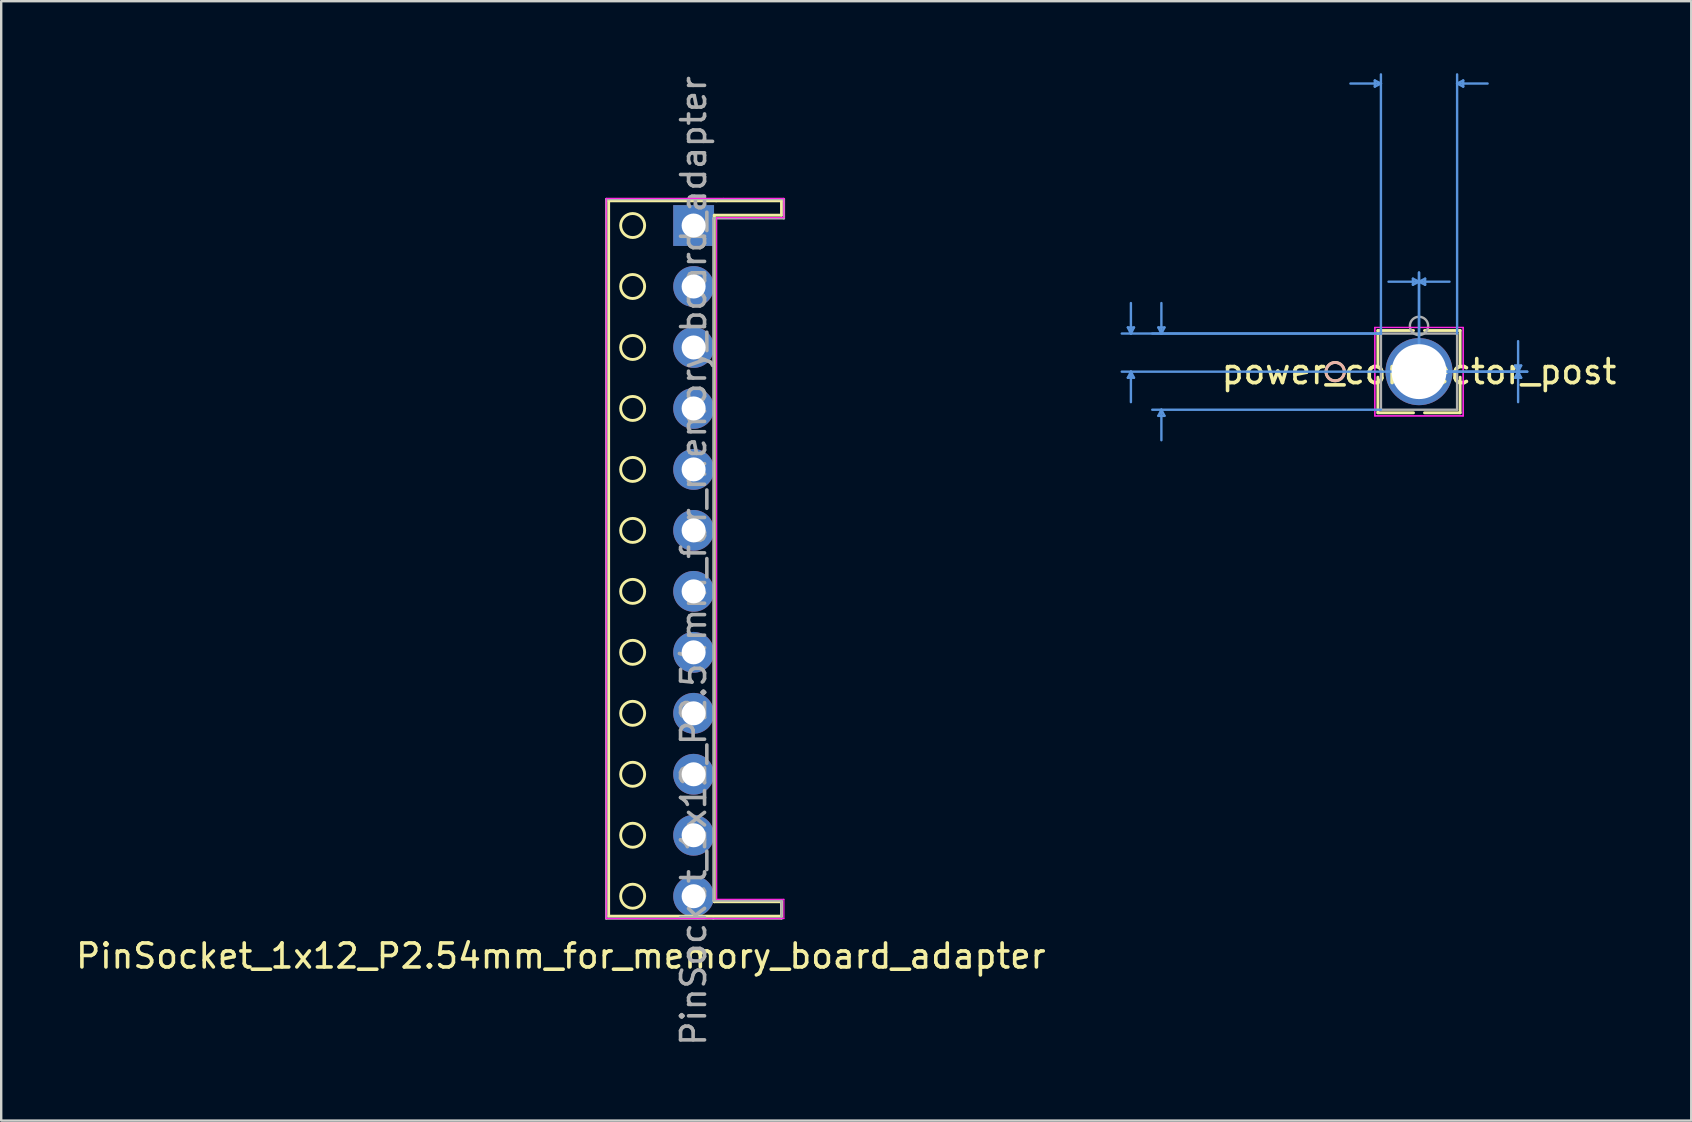
<source format=kicad_pcb>
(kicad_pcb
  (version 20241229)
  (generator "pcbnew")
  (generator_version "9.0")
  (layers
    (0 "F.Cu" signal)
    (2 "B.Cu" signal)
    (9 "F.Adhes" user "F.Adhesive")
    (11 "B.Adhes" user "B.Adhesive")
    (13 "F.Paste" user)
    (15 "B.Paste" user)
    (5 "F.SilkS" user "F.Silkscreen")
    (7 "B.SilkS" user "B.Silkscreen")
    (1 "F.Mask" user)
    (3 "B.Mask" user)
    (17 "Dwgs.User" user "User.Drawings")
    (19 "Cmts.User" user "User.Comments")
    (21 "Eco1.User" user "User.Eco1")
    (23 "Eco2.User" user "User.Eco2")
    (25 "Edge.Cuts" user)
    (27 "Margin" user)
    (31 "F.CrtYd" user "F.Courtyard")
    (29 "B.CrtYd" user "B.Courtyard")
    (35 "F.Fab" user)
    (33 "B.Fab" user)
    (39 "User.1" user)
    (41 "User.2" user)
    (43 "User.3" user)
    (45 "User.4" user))
  (footprint "power_connector_post"
    (layer "F.Cu")
    (at 56.063 12.432)
    (property "Reference" "power_connector_post" (at 0 0 0) (layer "F.SilkS") (effects (font (size 1 1) (thickness 0.15))))
    (attr through_hole)
    (fp_line (start -1.714 -1.714) (end -1.714 -0.229) (stroke (width 0.12) (type solid)) (layer "F.SilkS"))
    (fp_line (start -1.714 0.229) (end -1.714 1.714) (stroke (width 0.12) (type solid)) (layer "F.SilkS"))
    (fp_line (start -1.714 1.714) (end -0.229 1.714) (stroke (width 0.12) (type solid)) (layer "F.SilkS"))
    (fp_line (start -0.229 -1.714) (end -1.714 -1.714) (stroke (width 0.12) (type solid)) (layer "F.SilkS"))
    (fp_line (start 0.229 1.714) (end 1.714 1.714) (stroke (width 0.12) (type solid)) (layer "F.SilkS"))
    (fp_line (start 1.714 -1.714) (end 0.229 -1.714) (stroke (width 0.12) (type solid)) (layer "F.SilkS"))
    (fp_line (start 1.714 -0.229) (end 1.714 -1.714) (stroke (width 0.12) (type solid)) (layer "F.SilkS"))
    (fp_line (start 1.714 1.714) (end 1.714 0.229) (stroke (width 0.12) (type solid)) (layer "F.SilkS"))
    (fp_circle (center -3.493 0) (end -3.111 0) (stroke (width 0.12) (type solid)) (fill no) (layer "F.SilkS"))
    (fp_circle (center -3.493 0) (end -3.111 0) (stroke (width 0.12) (type solid)) (fill no) (layer "B.SilkS"))
    (fp_line (start -12.129 -1.841) (end -11.874 -1.841) (stroke (width 0.1) (type solid)) (layer "Cmts.User"))
    (fp_line (start -12.129 0.254) (end -11.874 0.254) (stroke (width 0.1) (type solid)) (layer "Cmts.User"))
    (fp_line (start -12.002 -1.587) (end -12.129 -1.841) (stroke (width 0.1) (type solid)) (layer "Cmts.User"))
    (fp_line (start -12.002 -1.587) (end -12.002 -2.857) (stroke (width 0.1) (type solid)) (layer "Cmts.User"))
    (fp_line (start -12.002 -1.587) (end -11.874 -1.841) (stroke (width 0.1) (type solid)) (layer "Cmts.User"))
    (fp_line (start -12.002 0) (end -12.129 0.254) (stroke (width 0.1) (type solid)) (layer "Cmts.User"))
    (fp_line (start -12.002 0) (end -12.002 1.27) (stroke (width 0.1) (type solid)) (layer "Cmts.User"))
    (fp_line (start -12.002 0) (end -11.874 0.254) (stroke (width 0.1) (type solid)) (layer "Cmts.User"))
    (fp_line (start -10.858 -1.841) (end -10.604 -1.841) (stroke (width 0.1) (type solid)) (layer "Cmts.User"))
    (fp_line (start -10.858 1.841) (end -10.604 1.841) (stroke (width 0.1) (type solid)) (layer "Cmts.User"))
    (fp_line (start -10.732 -1.587) (end -10.858 -1.841) (stroke (width 0.1) (type solid)) (layer "Cmts.User"))
    (fp_line (start -10.732 -1.587) (end -10.732 -2.857) (stroke (width 0.1) (type solid)) (layer "Cmts.User"))
    (fp_line (start -10.732 -1.587) (end -10.604 -1.841) (stroke (width 0.1) (type solid)) (layer "Cmts.User"))
    (fp_line (start -10.732 1.587) (end -10.858 1.841) (stroke (width 0.1) (type solid)) (layer "Cmts.User"))
    (fp_line (start -10.732 1.587) (end -10.732 2.857) (stroke (width 0.1) (type solid)) (layer "Cmts.User"))
    (fp_line (start -10.732 1.587) (end -10.604 1.841) (stroke (width 0.1) (type solid)) (layer "Cmts.User"))
    (fp_line (start -1.841 -12.129) (end -1.841 -11.874) (stroke (width 0.1) (type solid)) (layer "Cmts.User"))
    (fp_line (start -1.587 -12.002) (end -2.857 -12.002) (stroke (width 0.1) (type solid)) (layer "Cmts.User"))
    (fp_line (start -1.587 -12.002) (end -1.841 -12.129) (stroke (width 0.1) (type solid)) (layer "Cmts.User"))
    (fp_line (start -1.587 -12.002) (end -1.841 -11.874) (stroke (width 0.1) (type solid)) (layer "Cmts.User"))
    (fp_line (start -1.587 -1.587) (end -12.383 -1.587) (stroke (width 0.1) (type solid)) (layer "Cmts.User"))
    (fp_line (start -1.587 -1.587) (end -11.113 -1.587) (stroke (width 0.1) (type solid)) (layer "Cmts.User"))
    (fp_line (start -1.587 -1.587) (end -1.587 -12.383) (stroke (width 0.1) (type solid)) (layer "Cmts.User"))
    (fp_line (start -1.587 1.587) (end -11.113 1.587) (stroke (width 0.1) (type solid)) (layer "Cmts.User"))
    (fp_line (start -0.254 -3.873) (end -0.254 -3.619) (stroke (width 0.1) (type solid)) (layer "Cmts.User"))
    (fp_line (start 0 -3.747) (end -1.27 -3.747) (stroke (width 0.1) (type solid)) (layer "Cmts.User"))
    (fp_line (start 0 -3.747) (end -0.254 -3.873) (stroke (width 0.1) (type solid)) (layer "Cmts.User"))
    (fp_line (start 0 -3.747) (end -0.254 -3.619) (stroke (width 0.1) (type solid)) (layer "Cmts.User"))
    (fp_line (start 0 -3.747) (end 0.254 -3.873) (stroke (width 0.1) (type solid)) (layer "Cmts.User"))
    (fp_line (start 0 -3.747) (end 0.254 -3.619) (stroke (width 0.1) (type solid)) (layer "Cmts.User"))
    (fp_line (start 0 -3.747) (end 1.27 -3.747) (stroke (width 0.1) (type solid)) (layer "Cmts.User"))
    (fp_line (start 0 0) (end -12.383 0) (stroke (width 0.1) (type solid)) (layer "Cmts.User"))
    (fp_line (start 0 0) (end 0 -4.128) (stroke (width 0.1) (type solid)) (layer "Cmts.User"))
    (fp_line (start 0 0) (end 0 -4.128) (stroke (width 0.1) (type solid)) (layer "Cmts.User"))
    (fp_line (start 0 0) (end 4.508 0) (stroke (width 0.1) (type solid)) (layer "Cmts.User"))
    (fp_line (start 0 0) (end 4.508 0) (stroke (width 0.1) (type solid)) (layer "Cmts.User"))
    (fp_line (start 0.254 -3.873) (end 0.254 -3.619) (stroke (width 0.1) (type solid)) (layer "Cmts.User"))
    (fp_line (start 1.587 -12.002) (end 1.841 -12.129) (stroke (width 0.1) (type solid)) (layer "Cmts.User"))
    (fp_line (start 1.587 -12.002) (end 1.841 -11.874) (stroke (width 0.1) (type solid)) (layer "Cmts.User"))
    (fp_line (start 1.587 -12.002) (end 2.857 -12.002) (stroke (width 0.1) (type solid)) (layer "Cmts.User"))
    (fp_line (start 1.587 -1.587) (end 1.587 -12.383) (stroke (width 0.1) (type solid)) (layer "Cmts.User"))
    (fp_line (start 1.841 -12.129) (end 1.841 -11.874) (stroke (width 0.1) (type solid)) (layer "Cmts.User"))
    (fp_line (start 4 -0.254) (end 4.255 -0.254) (stroke (width 0.1) (type solid)) (layer "Cmts.User"))
    (fp_line (start 4 0.254) (end 4.255 0.254) (stroke (width 0.1) (type solid)) (layer "Cmts.User"))
    (fp_line (start 4.128 0) (end 4 -0.254) (stroke (width 0.1) (type solid)) (layer "Cmts.User"))
    (fp_line (start 4.128 0) (end 4 0.254) (stroke (width 0.1) (type solid)) (layer "Cmts.User"))
    (fp_line (start 4.128 0) (end 4.128 -1.27) (stroke (width 0.1) (type solid)) (layer "Cmts.User"))
    (fp_line (start 4.128 0) (end 4.128 1.27) (stroke (width 0.1) (type solid)) (layer "Cmts.User"))
    (fp_line (start 4.128 0) (end 4.255 -0.254) (stroke (width 0.1) (type solid)) (layer "Cmts.User"))
    (fp_line (start 4.128 0) (end 4.255 0.254) (stroke (width 0.1) (type solid)) (layer "Cmts.User"))
    (fp_line (start -1.841 -1.841) (end -1.841 1.841) (stroke (width 0.05) (type solid)) (layer "F.CrtYd"))
    (fp_line (start -1.841 -1.841) (end -1.841 1.841) (stroke (width 0.05) (type solid)) (layer "F.CrtYd"))
    (fp_line (start -1.841 1.841) (end 1.841 1.841) (stroke (width 0.05) (type solid)) (layer "F.CrtYd"))
    (fp_line (start -1.841 1.841) (end 1.841 1.841) (stroke (width 0.05) (type solid)) (layer "F.CrtYd"))
    (fp_line (start 1.841 -1.841) (end -1.841 -1.841) (stroke (width 0.05) (type solid)) (layer "F.CrtYd"))
    (fp_line (start 1.841 -1.841) (end -1.841 -1.841) (stroke (width 0.05) (type solid)) (layer "F.CrtYd"))
    (fp_line (start 1.841 1.841) (end 1.841 -1.841) (stroke (width 0.05) (type solid)) (layer "F.CrtYd"))
    (fp_line (start 1.841 1.841) (end 1.841 -1.841) (stroke (width 0.05) (type solid)) (layer "F.CrtYd"))
    (fp_line (start -1.587 -1.587) (end -1.587 1.587) (stroke (width 0.1) (type solid)) (layer "F.Fab"))
    (fp_line (start -1.587 1.587) (end 1.587 1.587) (stroke (width 0.1) (type solid)) (layer "F.Fab"))
    (fp_line (start 1.587 -1.587) (end -1.587 -1.587) (stroke (width 0.1) (type solid)) (layer "F.Fab"))
    (fp_line (start 1.587 1.587) (end 1.587 -1.587) (stroke (width 0.1) (type solid)) (layer "F.Fab"))
    (fp_circle (center 0 -1.905) (end 0.381 -1.905) (stroke (width 0.1) (type solid)) (fill no) (layer "F.Fab"))
    (fp_text user "*" (at 0 0 0) (layer "F.SilkS") (effects (font (size 1 1) (thickness 0.15))))
    (fp_text user "Copyright 2021 Accelerated Designs. All rights reserved." (at 0 0 0) (layer "Cmts.User") (effects (font (size 0.127 0.127) (thickness 0.002))))
    (fp_text user "*" (at 0 0 0) (layer "F.Fab") (effects (font (size 1 1) (thickness 0.15))))
    (pad "1" thru_hole circle (at 0 0) (size 2.794 2.794) (drill 2.286) (layers "*.Cu" "*.Mask")))
  (footprint "PinSocket_1x12_P2.54mm_for_memory_board_adapter"
    (layer "F.Cu")
    (at 25.845 6.345)
    (property "Reference" "PinSocket_1x12_P2.54mm_for_memory_board_adapter" (at -5.53 30.43 180) (layer "F.SilkS") (effects (font (size 1 1) (thickness 0.15))))
    (attr through_hole)
    (fp_line (start -3.54 -1.03) (end -3.54 28.77) (stroke (width 0.12) (type solid)) (layer "F.SilkS"))
    (fp_line (start 0.86 -0.43) (end 0.86 28.17) (stroke (width 0.12) (type solid)) (layer "F.SilkS"))
    (fp_line (start 0.94 -1.03) (end -3.54 -1.03) (stroke (width 0.12) (type solid)) (layer "F.SilkS"))
    (fp_line (start 0.94 -1.03) (end 3.66 -1.03) (stroke (width 0.12) (type solid)) (layer "F.SilkS"))
    (fp_line (start 3.66 -1.03) (end 3.66 -0.43) (stroke (width 0.12) (type solid)) (layer "F.SilkS"))
    (fp_line (start 3.66 -0.43) (end 0.86 -0.43) (stroke (width 0.12) (type solid)) (layer "F.SilkS"))
    (fp_line (start 3.66 28.17) (end 0.86 28.17) (stroke (width 0.12) (type solid)) (layer "F.SilkS"))
    (fp_line (start 3.66 28.77) (end -3.54 28.77) (stroke (width 0.12) (type solid)) (layer "F.SilkS"))
    (fp_line (start 3.66 28.77) (end 3.66 28.17) (stroke (width 0.12) (type solid)) (layer "F.SilkS"))
    (fp_circle (center -2.54 0) (end -2.04 0) (stroke (width 0.12) (type solid)) (fill no) (layer "F.SilkS"))
    (fp_circle (center -2.54 2.54) (end -2.04 2.54) (stroke (width 0.12) (type solid)) (fill no) (layer "F.SilkS"))
    (fp_circle (center -2.54 5.08) (end -2.04 5.08) (stroke (width 0.12) (type solid)) (fill no) (layer "F.SilkS"))
    (fp_circle (center -2.54 7.62) (end -2.04 7.62) (stroke (width 0.12) (type solid)) (fill no) (layer "F.SilkS"))
    (fp_circle (center -2.54 10.16) (end -2.04 10.16) (stroke (width 0.12) (type solid)) (fill no) (layer "F.SilkS"))
    (fp_circle (center -2.54 12.7) (end -2.04 12.7) (stroke (width 0.12) (type solid)) (fill no) (layer "F.SilkS"))
    (fp_circle (center -2.54 15.24) (end -2.04 15.24) (stroke (width 0.12) (type solid)) (fill no) (layer "F.SilkS"))
    (fp_circle (center -2.54 17.78) (end -2.04 17.78) (stroke (width 0.12) (type solid)) (fill no) (layer "F.SilkS"))
    (fp_circle (center -2.54 20.32) (end -2.04 20.32) (stroke (width 0.12) (type solid)) (fill no) (layer "F.SilkS"))
    (fp_circle (center -2.54 22.86) (end -2.04 22.86) (stroke (width 0.12) (type solid)) (fill no) (layer "F.SilkS"))
    (fp_circle (center -2.54 25.4) (end -2.04 25.4) (stroke (width 0.12) (type solid)) (fill no) (layer "F.SilkS"))
    (fp_circle (center -2.54 27.94) (end -2.04 27.94) (stroke (width 0.12) (type solid)) (fill no) (layer "F.SilkS"))
    (fp_line (start -3.64 -1.13) (end 1.24 -1.13) (stroke (width 0.05) (type solid)) (layer "F.CrtYd"))
    (fp_line (start -3.64 28.87) (end -3.64 -1.13) (stroke (width 0.05) (type solid)) (layer "F.CrtYd"))
    (fp_line (start 0.96 -0.33) (end 0.96 28.07) (stroke (width 0.05) (type solid)) (layer "F.CrtYd"))
    (fp_line (start 1.24 -1.13) (end 3.76 -1.13) (stroke (width 0.05) (type solid)) (layer "F.CrtYd"))
    (fp_line (start 1.24 28.87) (end -3.64 28.87) (stroke (width 0.05) (type solid)) (layer "F.CrtYd"))
    (fp_line (start 1.24 28.87) (end 3.76 28.87) (stroke (width 0.05) (type solid)) (layer "F.CrtYd"))
    (fp_line (start 3.76 -1.13) (end 3.76 -0.33) (stroke (width 0.05) (type solid)) (layer "F.CrtYd"))
    (fp_line (start 3.76 -0.33) (end 0.96 -0.33) (stroke (width 0.05) (type solid)) (layer "F.CrtYd"))
    (fp_line (start 3.76 28.07) (end 0.96 28.07) (stroke (width 0.05) (type solid)) (layer "F.CrtYd"))
    (fp_line (start 3.76 28.87) (end 3.76 28.07) (stroke (width 0.05) (type solid)) (layer "F.CrtYd"))
    (fp_line (start -3.64 -1.1) (end 3.76 -1.1) (stroke (width 0.1) (type solid)) (layer "F.Fab"))
    (fp_line (start -3.64 28.87) (end -3.64 -1.1) (stroke (width 0.1) (type solid)) (layer "F.Fab"))
    (fp_line (start 0.82 28.87) (end -3.64 28.87) (stroke (width 0.1) (type solid)) (layer "F.Fab"))
    (fp_line (start 0.82 28.87) (end 3.66 28.87) (stroke (width 0.1) (type solid)) (layer "F.Fab"))
    (fp_line (start 0.83 28.12) (end 0.825 -0.3) (stroke (width 0.1) (type solid)) (layer "F.Fab"))
    (fp_line (start 3.66 28.12) (end 0.82 28.12) (stroke (width 0.1) (type solid)) (layer "F.Fab"))
    (fp_line (start 3.66 28.87) (end 3.66 28.12) (stroke (width 0.1) (type solid)) (layer "F.Fab"))
    (fp_line (start 3.76 -1.1) (end 3.76 -0.3) (stroke (width 0.1) (type solid)) (layer "F.Fab"))
    (fp_line (start 3.76 -0.3) (end 0.825 -0.3) (stroke (width 0.1) (type solid)) (layer "F.Fab"))
    (fp_text user "${REFERENCE}" (at 0 13.97 270) (layer "F.Fab") (effects (font (size 1 1) (thickness 0.15))))
    (pad "1" thru_hole rect (at 0 0) (size 1.7 1.7) (drill 1) (layers "*.Cu" "*.Mask"))
    (pad "2" thru_hole oval (at 0 2.54) (size 1.7 1.7) (drill 1) (layers "*.Cu" "*.Mask"))
    (pad "3" thru_hole oval (at 0 5.08) (size 1.7 1.7) (drill 1) (layers "*.Cu" "*.Mask"))
    (pad "4" thru_hole oval (at 0 7.62) (size 1.7 1.7) (drill 1) (layers "*.Cu" "*.Mask"))
    (pad "5" thru_hole oval (at 0 10.16) (size 1.7 1.7) (drill 1) (layers "*.Cu" "*.Mask"))
    (pad "6" thru_hole oval (at 0 12.7) (size 1.7 1.7) (drill 1) (layers "*.Cu" "*.Mask"))
    (pad "7" thru_hole oval (at 0 15.24) (size 1.7 1.7) (drill 1) (layers "*.Cu" "*.Mask"))
    (pad "8" thru_hole oval (at 0 17.78) (size 1.7 1.7) (drill 1) (layers "*.Cu" "*.Mask"))
    (pad "9" thru_hole oval (at 0 20.32) (size 1.7 1.7) (drill 1) (layers "*.Cu" "*.Mask"))
    (pad "10" thru_hole oval (at 0 22.86) (size 1.7 1.7) (drill 1) (layers "*.Cu" "*.Mask"))
    (pad "11" thru_hole oval (at 0 25.4) (size 1.7 1.7) (drill 1) (layers "*.Cu" "*.Mask"))
    (pad "12" thru_hole oval (at 0 27.94) (size 1.7 1.7) (drill 1) (layers "*.Cu" "*.Mask")))
  (gr_rect
    (start -3 -3)
    (end 67.403 43.631)
    (stroke (width 0.1) (type default))
    (fill no)
    (layer "Edge.Cuts")))
</source>
